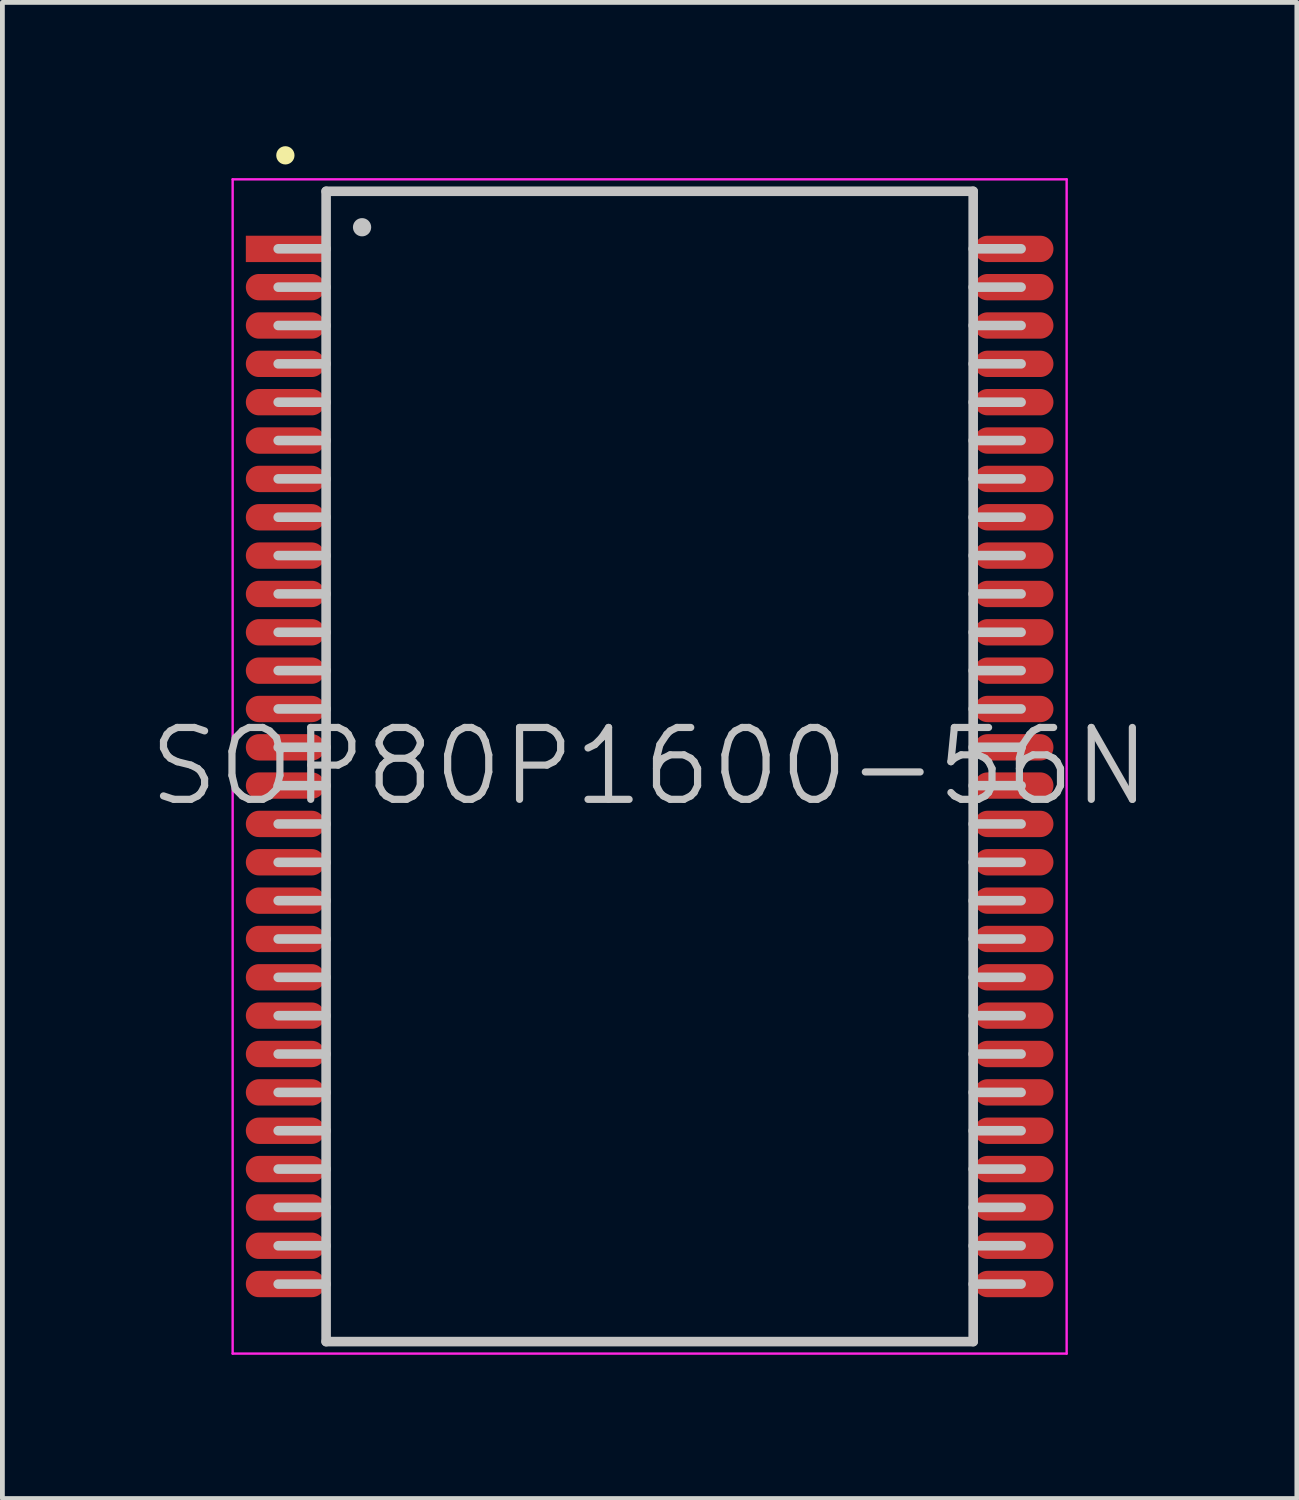
<source format=kicad_pcb>
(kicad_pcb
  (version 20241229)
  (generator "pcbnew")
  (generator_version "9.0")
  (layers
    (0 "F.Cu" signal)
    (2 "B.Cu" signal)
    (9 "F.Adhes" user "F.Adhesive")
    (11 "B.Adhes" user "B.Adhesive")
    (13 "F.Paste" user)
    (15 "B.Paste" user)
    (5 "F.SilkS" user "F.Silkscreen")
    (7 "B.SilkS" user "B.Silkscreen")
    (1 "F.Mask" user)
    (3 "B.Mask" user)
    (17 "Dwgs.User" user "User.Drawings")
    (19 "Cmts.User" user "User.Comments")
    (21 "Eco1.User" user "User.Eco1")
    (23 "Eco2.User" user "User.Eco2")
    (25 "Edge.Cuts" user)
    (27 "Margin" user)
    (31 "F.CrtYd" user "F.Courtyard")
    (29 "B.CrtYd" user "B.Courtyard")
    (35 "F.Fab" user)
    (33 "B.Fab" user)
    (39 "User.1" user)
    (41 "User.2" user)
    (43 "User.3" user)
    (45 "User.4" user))
  (footprint "SOP80P1600-56N"
    (layer "F.Cu")
    (at 10.504 12.941)
    (property "Reference" "SOP80P1600-56N" (at 0 0 0) (layer "Dwgs.User") (effects (font (size 1.5 1.5) (thickness 0.15))))
    (attr smd)
    (fp_line (start -7.6 -12.75) (end -7.6 -12.75) (stroke (width 0.381) (type solid)) (layer "F.SilkS"))
    (fp_line (start -6.75 -12) (end -6.75 12) (stroke (width 0.2) (type solid)) (layer "Dwgs.User"))
    (fp_line (start -6.75 -12) (end 6.75 -12) (stroke (width 0.2) (type solid)) (layer "Dwgs.User"))
    (fp_line (start -6.75 -10.8) (end -7.75 -10.8) (stroke (width 0.2) (type solid)) (layer "Dwgs.User"))
    (fp_line (start -6.75 -10) (end -7.75 -10) (stroke (width 0.2) (type solid)) (layer "Dwgs.User"))
    (fp_line (start -6.75 -9.2) (end -7.75 -9.2) (stroke (width 0.2) (type solid)) (layer "Dwgs.User"))
    (fp_line (start -6.75 -8.4) (end -7.75 -8.4) (stroke (width 0.2) (type solid)) (layer "Dwgs.User"))
    (fp_line (start -6.75 -7.6) (end -7.75 -7.6) (stroke (width 0.2) (type solid)) (layer "Dwgs.User"))
    (fp_line (start -6.75 -6.8) (end -7.75 -6.8) (stroke (width 0.2) (type solid)) (layer "Dwgs.User"))
    (fp_line (start -6.75 -6) (end -7.75 -6) (stroke (width 0.2) (type solid)) (layer "Dwgs.User"))
    (fp_line (start -6.75 -5.2) (end -7.75 -5.2) (stroke (width 0.2) (type solid)) (layer "Dwgs.User"))
    (fp_line (start -6.75 -4.4) (end -7.75 -4.4) (stroke (width 0.2) (type solid)) (layer "Dwgs.User"))
    (fp_line (start -6.75 -3.6) (end -7.75 -3.6) (stroke (width 0.2) (type solid)) (layer "Dwgs.User"))
    (fp_line (start -6.75 -2.8) (end -7.75 -2.8) (stroke (width 0.2) (type solid)) (layer "Dwgs.User"))
    (fp_line (start -6.75 -2) (end -7.75 -2) (stroke (width 0.2) (type solid)) (layer "Dwgs.User"))
    (fp_line (start -6.75 -1.2) (end -7.75 -1.2) (stroke (width 0.2) (type solid)) (layer "Dwgs.User"))
    (fp_line (start -6.75 -0.4) (end -7.75 -0.4) (stroke (width 0.2) (type solid)) (layer "Dwgs.User"))
    (fp_line (start -6.75 0.4) (end -7.75 0.4) (stroke (width 0.2) (type solid)) (layer "Dwgs.User"))
    (fp_line (start -6.75 1.2) (end -7.75 1.2) (stroke (width 0.2) (type solid)) (layer "Dwgs.User"))
    (fp_line (start -6.75 2) (end -7.75 2) (stroke (width 0.2) (type solid)) (layer "Dwgs.User"))
    (fp_line (start -6.75 2.8) (end -7.75 2.8) (stroke (width 0.2) (type solid)) (layer "Dwgs.User"))
    (fp_line (start -6.75 3.6) (end -7.75 3.6) (stroke (width 0.2) (type solid)) (layer "Dwgs.User"))
    (fp_line (start -6.75 4.4) (end -7.75 4.4) (stroke (width 0.2) (type solid)) (layer "Dwgs.User"))
    (fp_line (start -6.75 5.2) (end -7.75 5.2) (stroke (width 0.2) (type solid)) (layer "Dwgs.User"))
    (fp_line (start -6.75 6) (end -7.75 6) (stroke (width 0.2) (type solid)) (layer "Dwgs.User"))
    (fp_line (start -6.75 6.8) (end -7.75 6.8) (stroke (width 0.2) (type solid)) (layer "Dwgs.User"))
    (fp_line (start -6.75 7.6) (end -7.75 7.6) (stroke (width 0.2) (type solid)) (layer "Dwgs.User"))
    (fp_line (start -6.75 8.4) (end -7.75 8.4) (stroke (width 0.2) (type solid)) (layer "Dwgs.User"))
    (fp_line (start -6.75 9.2) (end -7.75 9.2) (stroke (width 0.2) (type solid)) (layer "Dwgs.User"))
    (fp_line (start -6.75 10) (end -7.75 10) (stroke (width 0.2) (type solid)) (layer "Dwgs.User"))
    (fp_line (start -6.75 10.8) (end -7.75 10.8) (stroke (width 0.2) (type solid)) (layer "Dwgs.User"))
    (fp_line (start -6.75 12) (end 6.75 12) (stroke (width 0.2) (type solid)) (layer "Dwgs.User"))
    (fp_line (start -6 -11.25) (end -6 -11.25) (stroke (width 0.381) (type solid)) (layer "Dwgs.User"))
    (fp_line (start 6.75 -12) (end 6.75 12) (stroke (width 0.2) (type solid)) (layer "Dwgs.User"))
    (fp_line (start 7.75 -10.8) (end 6.75 -10.8) (stroke (width 0.2) (type solid)) (layer "Dwgs.User"))
    (fp_line (start 7.75 -10) (end 6.75 -10) (stroke (width 0.2) (type solid)) (layer "Dwgs.User"))
    (fp_line (start 7.75 -9.2) (end 6.75 -9.2) (stroke (width 0.2) (type solid)) (layer "Dwgs.User"))
    (fp_line (start 7.75 -8.4) (end 6.75 -8.4) (stroke (width 0.2) (type solid)) (layer "Dwgs.User"))
    (fp_line (start 7.75 -7.6) (end 6.75 -7.6) (stroke (width 0.2) (type solid)) (layer "Dwgs.User"))
    (fp_line (start 7.75 -6.8) (end 6.75 -6.8) (stroke (width 0.2) (type solid)) (layer "Dwgs.User"))
    (fp_line (start 7.75 -6) (end 6.75 -6) (stroke (width 0.2) (type solid)) (layer "Dwgs.User"))
    (fp_line (start 7.75 -5.2) (end 6.75 -5.2) (stroke (width 0.2) (type solid)) (layer "Dwgs.User"))
    (fp_line (start 7.75 -4.4) (end 6.75 -4.4) (stroke (width 0.2) (type solid)) (layer "Dwgs.User"))
    (fp_line (start 7.75 -3.6) (end 6.75 -3.6) (stroke (width 0.2) (type solid)) (layer "Dwgs.User"))
    (fp_line (start 7.75 -2.8) (end 6.75 -2.8) (stroke (width 0.2) (type solid)) (layer "Dwgs.User"))
    (fp_line (start 7.75 -2) (end 6.75 -2) (stroke (width 0.2) (type solid)) (layer "Dwgs.User"))
    (fp_line (start 7.75 -1.2) (end 6.75 -1.2) (stroke (width 0.2) (type solid)) (layer "Dwgs.User"))
    (fp_line (start 7.75 -0.4) (end 6.75 -0.4) (stroke (width 0.2) (type solid)) (layer "Dwgs.User"))
    (fp_line (start 7.75 0.4) (end 6.75 0.4) (stroke (width 0.2) (type solid)) (layer "Dwgs.User"))
    (fp_line (start 7.75 1.2) (end 6.75 1.2) (stroke (width 0.2) (type solid)) (layer "Dwgs.User"))
    (fp_line (start 7.75 2) (end 6.75 2) (stroke (width 0.2) (type solid)) (layer "Dwgs.User"))
    (fp_line (start 7.75 2.8) (end 6.75 2.8) (stroke (width 0.2) (type solid)) (layer "Dwgs.User"))
    (fp_line (start 7.75 3.6) (end 6.75 3.6) (stroke (width 0.2) (type solid)) (layer "Dwgs.User"))
    (fp_line (start 7.75 4.4) (end 6.75 4.4) (stroke (width 0.2) (type solid)) (layer "Dwgs.User"))
    (fp_line (start 7.75 5.2) (end 6.75 5.2) (stroke (width 0.2) (type solid)) (layer "Dwgs.User"))
    (fp_line (start 7.75 6) (end 6.75 6) (stroke (width 0.2) (type solid)) (layer "Dwgs.User"))
    (fp_line (start 7.75 6.8) (end 6.75 6.8) (stroke (width 0.2) (type solid)) (layer "Dwgs.User"))
    (fp_line (start 7.75 7.6) (end 6.75 7.6) (stroke (width 0.2) (type solid)) (layer "Dwgs.User"))
    (fp_line (start 7.75 8.4) (end 6.75 8.4) (stroke (width 0.2) (type solid)) (layer "Dwgs.User"))
    (fp_line (start 7.75 9.2) (end 6.75 9.2) (stroke (width 0.2) (type solid)) (layer "Dwgs.User"))
    (fp_line (start 7.75 10) (end 6.75 10) (stroke (width 0.2) (type solid)) (layer "Dwgs.User"))
    (fp_line (start 7.75 10.8) (end 6.75 10.8) (stroke (width 0.2) (type solid)) (layer "Dwgs.User"))
    (fp_line (start -8.7 -12.25) (end -8.7 12.25) (stroke (width 0.05) (type solid)) (layer "F.CrtYd"))
    (fp_line (start -8.7 -12.25) (end 8.7 -12.25) (stroke (width 0.05) (type solid)) (layer "F.CrtYd"))
    (fp_line (start -8.7 12.25) (end 8.7 12.25) (stroke (width 0.05) (type solid)) (layer "F.CrtYd"))
    (fp_line (start 8.7 -12.25) (end 8.7 12.25) (stroke (width 0.05) (type solid)) (layer "F.CrtYd"))
    (pad "1" smd rect (at -7.6 -10.798 90) (size 0.55 1.65) (layers "F.Cu" "F.Mask" "F.Paste"))
    (pad "2" smd oval (at -7.6 -10 90) (size 0.55 1.65) (layers "F.Cu" "F.Mask" "F.Paste"))
    (pad "3" smd oval (at -7.6 -9.2 90) (size 0.55 1.65) (layers "F.Cu" "F.Mask" "F.Paste"))
    (pad "4" smd oval (at -7.6 -8.4 90) (size 0.55 1.65) (layers "F.Cu" "F.Mask" "F.Paste"))
    (pad "5" smd oval (at -7.6 -7.6 90) (size 0.55 1.65) (layers "F.Cu" "F.Mask" "F.Paste"))
    (pad "6" smd oval (at -7.6 -6.8 90) (size 0.55 1.65) (layers "F.Cu" "F.Mask" "F.Paste"))
    (pad "7" smd oval (at -7.6 -5.999 90) (size 0.55 1.65) (layers "F.Cu" "F.Mask" "F.Paste"))
    (pad "8" smd oval (at -7.6 -5.199 90) (size 0.55 1.65) (layers "F.Cu" "F.Mask" "F.Paste"))
    (pad "9" smd oval (at -7.6 -4.399 90) (size 0.55 1.65) (layers "F.Cu" "F.Mask" "F.Paste"))
    (pad "10" smd oval (at -7.6 -3.599 90) (size 0.55 1.65) (layers "F.Cu" "F.Mask" "F.Paste"))
    (pad "11" smd oval (at -7.6 -2.799 90) (size 0.55 1.65) (layers "F.Cu" "F.Mask" "F.Paste"))
    (pad "12" smd oval (at -7.6 -1.999 90) (size 0.55 1.65) (layers "F.Cu" "F.Mask" "F.Paste"))
    (pad "13" smd oval (at -7.6 -1.199 90) (size 0.55 1.65) (layers "F.Cu" "F.Mask" "F.Paste"))
    (pad "14" smd oval (at -7.6 -0.399 90) (size 0.55 1.65) (layers "F.Cu" "F.Mask" "F.Paste"))
    (pad "15" smd oval (at -7.6 0.399 90) (size 0.55 1.65) (layers "F.Cu" "F.Mask" "F.Paste"))
    (pad "16" smd oval (at -7.6 1.199 90) (size 0.55 1.65) (layers "F.Cu" "F.Mask" "F.Paste"))
    (pad "17" smd oval (at -7.6 1.999 90) (size 0.55 1.65) (layers "F.Cu" "F.Mask" "F.Paste"))
    (pad "18" smd oval (at -7.6 2.799 90) (size 0.55 1.65) (layers "F.Cu" "F.Mask" "F.Paste"))
    (pad "19" smd oval (at -7.6 3.599 90) (size 0.55 1.65) (layers "F.Cu" "F.Mask" "F.Paste"))
    (pad "20" smd oval (at -7.6 4.399 90) (size 0.55 1.65) (layers "F.Cu" "F.Mask" "F.Paste"))
    (pad "21" smd oval (at -7.6 5.199 90) (size 0.55 1.65) (layers "F.Cu" "F.Mask" "F.Paste"))
    (pad "22" smd oval (at -7.6 5.999 90) (size 0.55 1.65) (layers "F.Cu" "F.Mask" "F.Paste"))
    (pad "23" smd oval (at -7.6 6.8 90) (size 0.55 1.65) (layers "F.Cu" "F.Mask" "F.Paste"))
    (pad "24" smd oval (at -7.6 7.6 90) (size 0.55 1.65) (layers "F.Cu" "F.Mask" "F.Paste"))
    (pad "25" smd oval (at -7.6 8.4 90) (size 0.55 1.65) (layers "F.Cu" "F.Mask" "F.Paste"))
    (pad "26" smd oval (at -7.6 9.2 90) (size 0.55 1.65) (layers "F.Cu" "F.Mask" "F.Paste"))
    (pad "27" smd oval (at -7.6 10 90) (size 0.55 1.65) (layers "F.Cu" "F.Mask" "F.Paste"))
    (pad "28" smd oval (at -7.6 10.798 90) (size 0.55 1.65) (layers "F.Cu" "F.Mask" "F.Paste"))
    (pad "29" smd oval (at 7.6 10.798 270) (size 0.55 1.65) (layers "F.Cu" "F.Mask" "F.Paste"))
    (pad "30" smd oval (at 7.6 10 270) (size 0.55 1.65) (layers "F.Cu" "F.Mask" "F.Paste"))
    (pad "31" smd oval (at 7.6 9.2 270) (size 0.55 1.65) (layers "F.Cu" "F.Mask" "F.Paste"))
    (pad "32" smd oval (at 7.6 8.4 270) (size 0.55 1.65) (layers "F.Cu" "F.Mask" "F.Paste"))
    (pad "33" smd oval (at 7.6 7.6 270) (size 0.55 1.65) (layers "F.Cu" "F.Mask" "F.Paste"))
    (pad "34" smd oval (at 7.6 6.8 270) (size 0.55 1.65) (layers "F.Cu" "F.Mask" "F.Paste"))
    (pad "35" smd oval (at 7.6 5.999 270) (size 0.55 1.65) (layers "F.Cu" "F.Mask" "F.Paste"))
    (pad "36" smd oval (at 7.6 5.199 270) (size 0.55 1.65) (layers "F.Cu" "F.Mask" "F.Paste"))
    (pad "37" smd oval (at 7.6 4.399 270) (size 0.55 1.65) (layers "F.Cu" "F.Mask" "F.Paste"))
    (pad "38" smd oval (at 7.6 3.599 270) (size 0.55 1.65) (layers "F.Cu" "F.Mask" "F.Paste"))
    (pad "39" smd oval (at 7.6 2.799 270) (size 0.55 1.65) (layers "F.Cu" "F.Mask" "F.Paste"))
    (pad "40" smd oval (at 7.6 1.999 270) (size 0.55 1.65) (layers "F.Cu" "F.Mask" "F.Paste"))
    (pad "41" smd oval (at 7.6 1.199 270) (size 0.55 1.65) (layers "F.Cu" "F.Mask" "F.Paste"))
    (pad "42" smd oval (at 7.6 0.399 270) (size 0.55 1.65) (layers "F.Cu" "F.Mask" "F.Paste"))
    (pad "43" smd oval (at 7.6 -0.399 270) (size 0.55 1.65) (layers "F.Cu" "F.Mask" "F.Paste"))
    (pad "44" smd oval (at 7.6 -1.199 270) (size 0.55 1.65) (layers "F.Cu" "F.Mask" "F.Paste"))
    (pad "45" smd oval (at 7.6 -1.999 270) (size 0.55 1.65) (layers "F.Cu" "F.Mask" "F.Paste"))
    (pad "46" smd oval (at 7.6 -2.799 270) (size 0.55 1.65) (layers "F.Cu" "F.Mask" "F.Paste"))
    (pad "47" smd oval (at 7.6 -3.599 270) (size 0.55 1.65) (layers "F.Cu" "F.Mask" "F.Paste"))
    (pad "48" smd oval (at 7.6 -4.399 270) (size 0.55 1.65) (layers "F.Cu" "F.Mask" "F.Paste"))
    (pad "49" smd oval (at 7.6 -5.199 270) (size 0.55 1.65) (layers "F.Cu" "F.Mask" "F.Paste"))
    (pad "50" smd oval (at 7.6 -5.999 270) (size 0.55 1.65) (layers "F.Cu" "F.Mask" "F.Paste"))
    (pad "51" smd oval (at 7.6 -6.8 270) (size 0.55 1.65) (layers "F.Cu" "F.Mask" "F.Paste"))
    (pad "52" smd oval (at 7.6 -7.6 270) (size 0.55 1.65) (layers "F.Cu" "F.Mask" "F.Paste"))
    (pad "53" smd oval (at 7.6 -8.4 270) (size 0.55 1.65) (layers "F.Cu" "F.Mask" "F.Paste"))
    (pad "54" smd oval (at 7.6 -9.2 270) (size 0.55 1.65) (layers "F.Cu" "F.Mask" "F.Paste"))
    (pad "55" smd oval (at 7.6 -10 270) (size 0.55 1.65) (layers "F.Cu" "F.Mask" "F.Paste"))
    (pad "56" smd oval (at 7.6 -10.798 270) (size 0.55 1.65) (layers "F.Cu" "F.Mask" "F.Paste")))
  (gr_rect
    (start -3 -3)
    (end 24.007 28.215)
    (stroke (width 0.1) (type default))
    (fill no)
    (layer "Edge.Cuts")))
</source>
